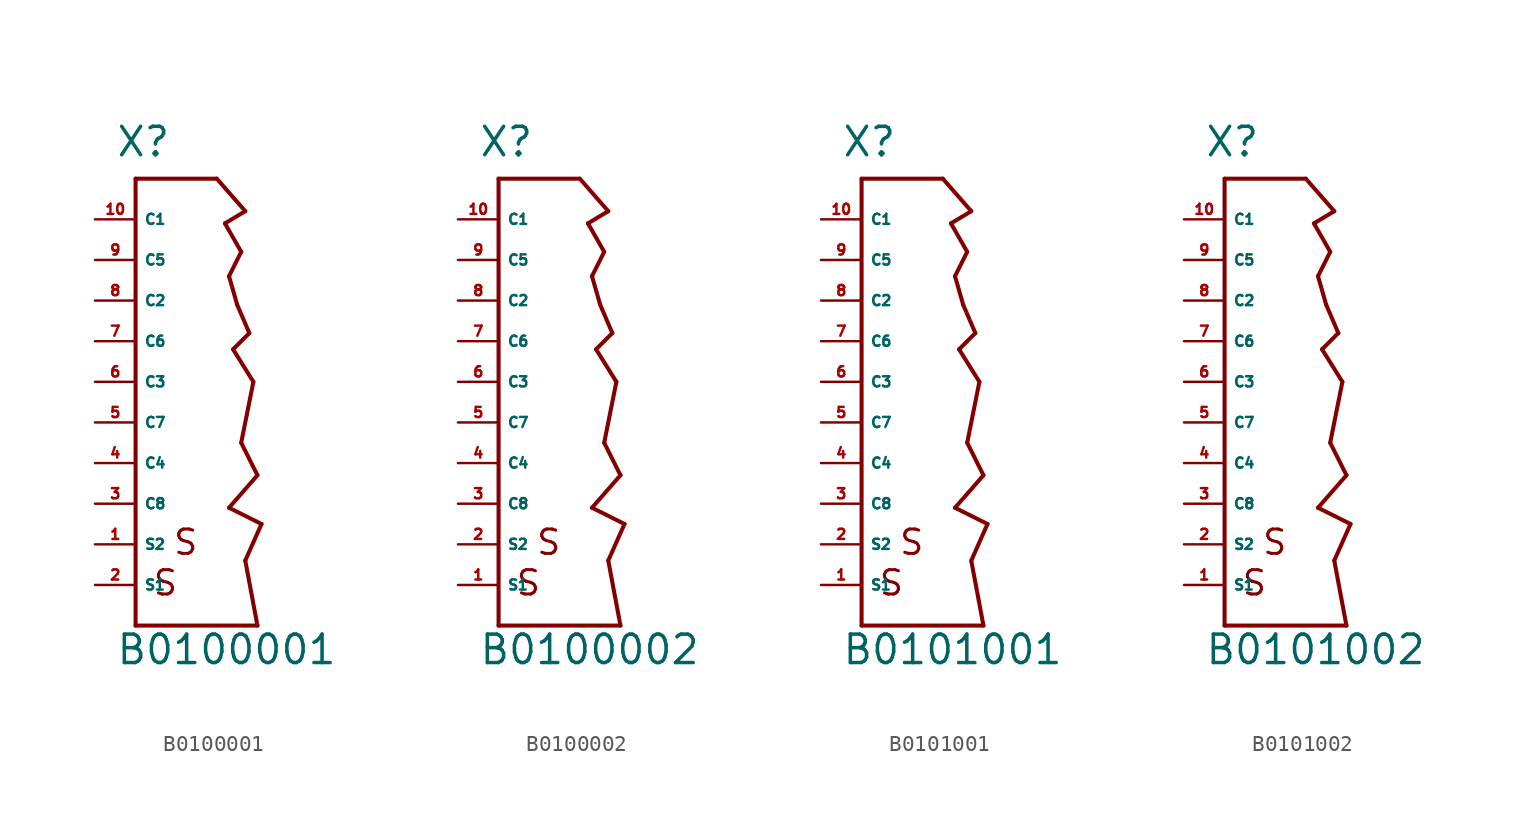
<source format=kicad_sym>
(kicad_symbol_lib
  (version 20220914)
  (generator Eagle2Kicad)
  (symbol "B0100001"
    (property "Reference" "X"
      (at -3.81 13.97 0)
      (effects (font (size 1.778 1.778) (thickness 0.22)) (justify left bottom)))
    (property "Value" "B0100001"
      (at -3.81 -17.78 0)
      (effects (font (size 1.778 1.778) (thickness 0.22)) (justify left bottom)))
    (polyline
      (pts (xy -2.54 12.7) (xy -2.54 -15.24))
      (stroke (width 0.254) (type default))
      (fill (type none)))
    (polyline
      (pts (xy -2.54 -15.24) (xy 5.08 -15.24))
      (stroke (width 0.254) (type default))
      (fill (type none)))
    (polyline
      (pts (xy -2.54 12.7) (xy 2.54 12.7))
      (stroke (width 0.254) (type default))
      (fill (type none)))
    (polyline
      (pts (xy 2.54 12.7) (xy 4.318 10.668))
      (stroke (width 0.254) (type default))
      (fill (type none)))
    (polyline
      (pts (xy 4.318 10.668) (xy 3.048 9.906))
      (stroke (width 0.254) (type default))
      (fill (type none)))
    (polyline
      (pts (xy 3.048 9.906) (xy 4.064 8.128))
      (stroke (width 0.254) (type default))
      (fill (type none)))
    (polyline
      (pts (xy 4.064 8.128) (xy 3.302 6.604))
      (stroke (width 0.254) (type default))
      (fill (type none)))
    (polyline
      (pts (xy 3.302 6.604) (xy 3.81 4.826))
      (stroke (width 0.254) (type default))
      (fill (type none)))
    (polyline
      (pts (xy 3.81 4.826) (xy 4.572 3.048))
      (stroke (width 0.254) (type default))
      (fill (type none)))
    (polyline
      (pts (xy 4.572 3.048) (xy 3.556 2.032))
      (stroke (width 0.254) (type default))
      (fill (type none)))
    (polyline
      (pts (xy 3.556 2.032) (xy 4.826 0))
      (stroke (width 0.254) (type default))
      (fill (type none)))
    (polyline
      (pts (xy 4.826 0) (xy 4.064 -3.81))
      (stroke (width 0.254) (type default))
      (fill (type none)))
    (polyline
      (pts (xy 4.064 -3.81) (xy 5.08 -5.842))
      (stroke (width 0.254) (type default))
      (fill (type none)))
    (polyline
      (pts (xy 5.08 -5.842) (xy 3.302 -7.874))
      (stroke (width 0.254) (type default))
      (fill (type none)))
    (polyline
      (pts (xy 3.302 -7.874) (xy 5.334 -8.89))
      (stroke (width 0.254) (type default))
      (fill (type none)))
    (polyline
      (pts (xy 5.334 -8.89) (xy 4.318 -11.176))
      (stroke (width 0.254) (type default))
      (fill (type none)))
    (polyline
      (pts (xy 4.318 -11.176) (xy 5.08 -15.24))
      (stroke (width 0.254) (type default))
      (fill (type none)))
    (text "S"
      (at -0.254 -10.922 0)
      (effects (font (size 1.524 1.524) (thickness 0.19)) (justify left bottom)))
    (text "S "
      (at -1.524 -13.462 0)
      (effects (font (size 1.524 1.524) (thickness 0.19)) (justify left bottom)))
    (pin passive line
      (at -5.08 -12.7 0)
      (length 2.54)
      (name "S1" (effects (font (size 0.635 0.635) (thickness 0.08)) (justify left bottom)))
      (number "2" (effects (font (size 0.635 0.635) (thickness 0.08)) (justify left bottom))))
    (pin passive line
      (at -5.08 -10.16 0)
      (length 2.54)
      (name "S2" (effects (font (size 0.635 0.635) (thickness 0.08)) (justify left bottom)))
      (number "1" (effects (font (size 0.635 0.635) (thickness 0.08)) (justify left bottom))))
    (pin passive line
      (at -5.08 -7.62 0)
      (length 2.54)
      (name "C8" (effects (font (size 0.635 0.635) (thickness 0.08)) (justify left bottom)))
      (number "3" (effects (font (size 0.635 0.635) (thickness 0.08)) (justify left bottom))))
    (pin passive line
      (at -5.08 -5.08 0)
      (length 2.54)
      (name "C4" (effects (font (size 0.635 0.635) (thickness 0.08)) (justify left bottom)))
      (number "4" (effects (font (size 0.635 0.635) (thickness 0.08)) (justify left bottom))))
    (pin passive line
      (at -5.08 -2.54 0)
      (length 2.54)
      (name "C7" (effects (font (size 0.635 0.635) (thickness 0.08)) (justify left bottom)))
      (number "5" (effects (font (size 0.635 0.635) (thickness 0.08)) (justify left bottom))))
    (pin passive line
      (at -5.08 0 0)
      (length 2.54)
      (name "C3" (effects (font (size 0.635 0.635) (thickness 0.08)) (justify left bottom)))
      (number "6" (effects (font (size 0.635 0.635) (thickness 0.08)) (justify left bottom))))
    (pin passive line
      (at -5.08 2.54 0)
      (length 2.54)
      (name "C6" (effects (font (size 0.635 0.635) (thickness 0.08)) (justify left bottom)))
      (number "7" (effects (font (size 0.635 0.635) (thickness 0.08)) (justify left bottom))))
    (pin passive line
      (at -5.08 5.08 0)
      (length 2.54)
      (name "C2" (effects (font (size 0.635 0.635) (thickness 0.08)) (justify left bottom)))
      (number "8" (effects (font (size 0.635 0.635) (thickness 0.08)) (justify left bottom))))
    (pin passive line
      (at -5.08 7.62 0)
      (length 2.54)
      (name "C5" (effects (font (size 0.635 0.635) (thickness 0.08)) (justify left bottom)))
      (number "9" (effects (font (size 0.635 0.635) (thickness 0.08)) (justify left bottom))))
    (pin passive line
      (at -5.08 10.16 0)
      (length 2.54)
      (name "C1" (effects (font (size 0.635 0.635) (thickness 0.08)) (justify left bottom)))
      (number "10" (effects (font (size 0.635 0.635) (thickness 0.08)) (justify left bottom)))))
  (symbol "B0100002"
    (property "Reference" "X"
      (at -3.81 13.97 0)
      (effects (font (size 1.778 1.778) (thickness 0.22)) (justify left bottom)))
    (property "Value" "B0100002"
      (at -3.81 -17.78 0)
      (effects (font (size 1.778 1.778) (thickness 0.22)) (justify left bottom)))
    (polyline
      (pts (xy -2.54 12.7) (xy -2.54 -15.24))
      (stroke (width 0.254) (type default))
      (fill (type none)))
    (polyline
      (pts (xy -2.54 -15.24) (xy 5.08 -15.24))
      (stroke (width 0.254) (type default))
      (fill (type none)))
    (polyline
      (pts (xy -2.54 12.7) (xy 2.54 12.7))
      (stroke (width 0.254) (type default))
      (fill (type none)))
    (polyline
      (pts (xy 2.54 12.7) (xy 4.318 10.668))
      (stroke (width 0.254) (type default))
      (fill (type none)))
    (polyline
      (pts (xy 4.318 10.668) (xy 3.048 9.906))
      (stroke (width 0.254) (type default))
      (fill (type none)))
    (polyline
      (pts (xy 3.048 9.906) (xy 4.064 8.128))
      (stroke (width 0.254) (type default))
      (fill (type none)))
    (polyline
      (pts (xy 4.064 8.128) (xy 3.302 6.604))
      (stroke (width 0.254) (type default))
      (fill (type none)))
    (polyline
      (pts (xy 3.302 6.604) (xy 3.81 4.826))
      (stroke (width 0.254) (type default))
      (fill (type none)))
    (polyline
      (pts (xy 3.81 4.826) (xy 4.572 3.048))
      (stroke (width 0.254) (type default))
      (fill (type none)))
    (polyline
      (pts (xy 4.572 3.048) (xy 3.556 2.032))
      (stroke (width 0.254) (type default))
      (fill (type none)))
    (polyline
      (pts (xy 3.556 2.032) (xy 4.826 0))
      (stroke (width 0.254) (type default))
      (fill (type none)))
    (polyline
      (pts (xy 4.826 0) (xy 4.064 -3.81))
      (stroke (width 0.254) (type default))
      (fill (type none)))
    (polyline
      (pts (xy 4.064 -3.81) (xy 5.08 -5.842))
      (stroke (width 0.254) (type default))
      (fill (type none)))
    (polyline
      (pts (xy 5.08 -5.842) (xy 3.302 -7.874))
      (stroke (width 0.254) (type default))
      (fill (type none)))
    (polyline
      (pts (xy 3.302 -7.874) (xy 5.334 -8.89))
      (stroke (width 0.254) (type default))
      (fill (type none)))
    (polyline
      (pts (xy 5.334 -8.89) (xy 4.318 -11.176))
      (stroke (width 0.254) (type default))
      (fill (type none)))
    (polyline
      (pts (xy 4.318 -11.176) (xy 5.08 -15.24))
      (stroke (width 0.254) (type default))
      (fill (type none)))
    (text "S"
      (at -0.254 -10.922 0)
      (effects (font (size 1.524 1.524) (thickness 0.19)) (justify left bottom)))
    (text "S "
      (at -1.524 -13.462 0)
      (effects (font (size 1.524 1.524) (thickness 0.19)) (justify left bottom)))
    (pin passive line
      (at -5.08 -12.7 0)
      (length 2.54)
      (name "S1" (effects (font (size 0.635 0.635) (thickness 0.08)) (justify left bottom)))
      (number "1" (effects (font (size 0.635 0.635) (thickness 0.08)) (justify left bottom))))
    (pin passive line
      (at -5.08 -10.16 0)
      (length 2.54)
      (name "S2" (effects (font (size 0.635 0.635) (thickness 0.08)) (justify left bottom)))
      (number "2" (effects (font (size 0.635 0.635) (thickness 0.08)) (justify left bottom))))
    (pin passive line
      (at -5.08 -7.62 0)
      (length 2.54)
      (name "C8" (effects (font (size 0.635 0.635) (thickness 0.08)) (justify left bottom)))
      (number "3" (effects (font (size 0.635 0.635) (thickness 0.08)) (justify left bottom))))
    (pin passive line
      (at -5.08 -5.08 0)
      (length 2.54)
      (name "C4" (effects (font (size 0.635 0.635) (thickness 0.08)) (justify left bottom)))
      (number "4" (effects (font (size 0.635 0.635) (thickness 0.08)) (justify left bottom))))
    (pin passive line
      (at -5.08 -2.54 0)
      (length 2.54)
      (name "C7" (effects (font (size 0.635 0.635) (thickness 0.08)) (justify left bottom)))
      (number "5" (effects (font (size 0.635 0.635) (thickness 0.08)) (justify left bottom))))
    (pin passive line
      (at -5.08 0 0)
      (length 2.54)
      (name "C3" (effects (font (size 0.635 0.635) (thickness 0.08)) (justify left bottom)))
      (number "6" (effects (font (size 0.635 0.635) (thickness 0.08)) (justify left bottom))))
    (pin passive line
      (at -5.08 2.54 0)
      (length 2.54)
      (name "C6" (effects (font (size 0.635 0.635) (thickness 0.08)) (justify left bottom)))
      (number "7" (effects (font (size 0.635 0.635) (thickness 0.08)) (justify left bottom))))
    (pin passive line
      (at -5.08 5.08 0)
      (length 2.54)
      (name "C2" (effects (font (size 0.635 0.635) (thickness 0.08)) (justify left bottom)))
      (number "8" (effects (font (size 0.635 0.635) (thickness 0.08)) (justify left bottom))))
    (pin passive line
      (at -5.08 7.62 0)
      (length 2.54)
      (name "C5" (effects (font (size 0.635 0.635) (thickness 0.08)) (justify left bottom)))
      (number "9" (effects (font (size 0.635 0.635) (thickness 0.08)) (justify left bottom))))
    (pin passive line
      (at -5.08 10.16 0)
      (length 2.54)
      (name "C1" (effects (font (size 0.635 0.635) (thickness 0.08)) (justify left bottom)))
      (number "10" (effects (font (size 0.635 0.635) (thickness 0.08)) (justify left bottom)))))
  (symbol "B0101001"
    (property "Reference" "X"
      (at -3.81 13.97 0)
      (effects (font (size 1.778 1.778) (thickness 0.22)) (justify left bottom)))
    (property "Value" "B0101001"
      (at -3.81 -17.78 0)
      (effects (font (size 1.778 1.778) (thickness 0.22)) (justify left bottom)))
    (polyline
      (pts (xy -2.54 12.7) (xy -2.54 -15.24))
      (stroke (width 0.254) (type default))
      (fill (type none)))
    (polyline
      (pts (xy -2.54 -15.24) (xy 5.08 -15.24))
      (stroke (width 0.254) (type default))
      (fill (type none)))
    (polyline
      (pts (xy -2.54 12.7) (xy 2.54 12.7))
      (stroke (width 0.254) (type default))
      (fill (type none)))
    (polyline
      (pts (xy 2.54 12.7) (xy 4.318 10.668))
      (stroke (width 0.254) (type default))
      (fill (type none)))
    (polyline
      (pts (xy 4.318 10.668) (xy 3.048 9.906))
      (stroke (width 0.254) (type default))
      (fill (type none)))
    (polyline
      (pts (xy 3.048 9.906) (xy 4.064 8.128))
      (stroke (width 0.254) (type default))
      (fill (type none)))
    (polyline
      (pts (xy 4.064 8.128) (xy 3.302 6.604))
      (stroke (width 0.254) (type default))
      (fill (type none)))
    (polyline
      (pts (xy 3.302 6.604) (xy 3.81 4.826))
      (stroke (width 0.254) (type default))
      (fill (type none)))
    (polyline
      (pts (xy 3.81 4.826) (xy 4.572 3.048))
      (stroke (width 0.254) (type default))
      (fill (type none)))
    (polyline
      (pts (xy 4.572 3.048) (xy 3.556 2.032))
      (stroke (width 0.254) (type default))
      (fill (type none)))
    (polyline
      (pts (xy 3.556 2.032) (xy 4.826 0))
      (stroke (width 0.254) (type default))
      (fill (type none)))
    (polyline
      (pts (xy 4.826 0) (xy 4.064 -3.81))
      (stroke (width 0.254) (type default))
      (fill (type none)))
    (polyline
      (pts (xy 4.064 -3.81) (xy 5.08 -5.842))
      (stroke (width 0.254) (type default))
      (fill (type none)))
    (polyline
      (pts (xy 5.08 -5.842) (xy 3.302 -7.874))
      (stroke (width 0.254) (type default))
      (fill (type none)))
    (polyline
      (pts (xy 3.302 -7.874) (xy 5.334 -8.89))
      (stroke (width 0.254) (type default))
      (fill (type none)))
    (polyline
      (pts (xy 5.334 -8.89) (xy 4.318 -11.176))
      (stroke (width 0.254) (type default))
      (fill (type none)))
    (polyline
      (pts (xy 4.318 -11.176) (xy 5.08 -15.24))
      (stroke (width 0.254) (type default))
      (fill (type none)))
    (text "S"
      (at -0.254 -10.922 0)
      (effects (font (size 1.524 1.524) (thickness 0.19)) (justify left bottom)))
    (text "S "
      (at -1.524 -13.462 0)
      (effects (font (size 1.524 1.524) (thickness 0.19)) (justify left bottom)))
    (pin passive line
      (at -5.08 -12.7 0)
      (length 2.54)
      (name "S1" (effects (font (size 0.635 0.635) (thickness 0.08)) (justify left bottom)))
      (number "1" (effects (font (size 0.635 0.635) (thickness 0.08)) (justify left bottom))))
    (pin passive line
      (at -5.08 -10.16 0)
      (length 2.54)
      (name "S2" (effects (font (size 0.635 0.635) (thickness 0.08)) (justify left bottom)))
      (number "2" (effects (font (size 0.635 0.635) (thickness 0.08)) (justify left bottom))))
    (pin passive line
      (at -5.08 -7.62 0)
      (length 2.54)
      (name "C8" (effects (font (size 0.635 0.635) (thickness 0.08)) (justify left bottom)))
      (number "3" (effects (font (size 0.635 0.635) (thickness 0.08)) (justify left bottom))))
    (pin passive line
      (at -5.08 -5.08 0)
      (length 2.54)
      (name "C4" (effects (font (size 0.635 0.635) (thickness 0.08)) (justify left bottom)))
      (number "4" (effects (font (size 0.635 0.635) (thickness 0.08)) (justify left bottom))))
    (pin passive line
      (at -5.08 -2.54 0)
      (length 2.54)
      (name "C7" (effects (font (size 0.635 0.635) (thickness 0.08)) (justify left bottom)))
      (number "5" (effects (font (size 0.635 0.635) (thickness 0.08)) (justify left bottom))))
    (pin passive line
      (at -5.08 0 0)
      (length 2.54)
      (name "C3" (effects (font (size 0.635 0.635) (thickness 0.08)) (justify left bottom)))
      (number "6" (effects (font (size 0.635 0.635) (thickness 0.08)) (justify left bottom))))
    (pin passive line
      (at -5.08 2.54 0)
      (length 2.54)
      (name "C6" (effects (font (size 0.635 0.635) (thickness 0.08)) (justify left bottom)))
      (number "7" (effects (font (size 0.635 0.635) (thickness 0.08)) (justify left bottom))))
    (pin passive line
      (at -5.08 5.08 0)
      (length 2.54)
      (name "C2" (effects (font (size 0.635 0.635) (thickness 0.08)) (justify left bottom)))
      (number "8" (effects (font (size 0.635 0.635) (thickness 0.08)) (justify left bottom))))
    (pin passive line
      (at -5.08 7.62 0)
      (length 2.54)
      (name "C5" (effects (font (size 0.635 0.635) (thickness 0.08)) (justify left bottom)))
      (number "9" (effects (font (size 0.635 0.635) (thickness 0.08)) (justify left bottom))))
    (pin passive line
      (at -5.08 10.16 0)
      (length 2.54)
      (name "C1" (effects (font (size 0.635 0.635) (thickness 0.08)) (justify left bottom)))
      (number "10" (effects (font (size 0.635 0.635) (thickness 0.08)) (justify left bottom)))))
  (symbol "B0101002"
    (property "Reference" "X"
      (at -3.81 13.97 0)
      (effects (font (size 1.778 1.778) (thickness 0.22)) (justify left bottom)))
    (property "Value" "B0101002"
      (at -3.81 -17.78 0)
      (effects (font (size 1.778 1.778) (thickness 0.22)) (justify left bottom)))
    (polyline
      (pts (xy -2.54 12.7) (xy -2.54 -15.24))
      (stroke (width 0.254) (type default))
      (fill (type none)))
    (polyline
      (pts (xy -2.54 -15.24) (xy 5.08 -15.24))
      (stroke (width 0.254) (type default))
      (fill (type none)))
    (polyline
      (pts (xy -2.54 12.7) (xy 2.54 12.7))
      (stroke (width 0.254) (type default))
      (fill (type none)))
    (polyline
      (pts (xy 2.54 12.7) (xy 4.318 10.668))
      (stroke (width 0.254) (type default))
      (fill (type none)))
    (polyline
      (pts (xy 4.318 10.668) (xy 3.048 9.906))
      (stroke (width 0.254) (type default))
      (fill (type none)))
    (polyline
      (pts (xy 3.048 9.906) (xy 4.064 8.128))
      (stroke (width 0.254) (type default))
      (fill (type none)))
    (polyline
      (pts (xy 4.064 8.128) (xy 3.302 6.604))
      (stroke (width 0.254) (type default))
      (fill (type none)))
    (polyline
      (pts (xy 3.302 6.604) (xy 3.81 4.826))
      (stroke (width 0.254) (type default))
      (fill (type none)))
    (polyline
      (pts (xy 3.81 4.826) (xy 4.572 3.048))
      (stroke (width 0.254) (type default))
      (fill (type none)))
    (polyline
      (pts (xy 4.572 3.048) (xy 3.556 2.032))
      (stroke (width 0.254) (type default))
      (fill (type none)))
    (polyline
      (pts (xy 3.556 2.032) (xy 4.826 0))
      (stroke (width 0.254) (type default))
      (fill (type none)))
    (polyline
      (pts (xy 4.826 0) (xy 4.064 -3.81))
      (stroke (width 0.254) (type default))
      (fill (type none)))
    (polyline
      (pts (xy 4.064 -3.81) (xy 5.08 -5.842))
      (stroke (width 0.254) (type default))
      (fill (type none)))
    (polyline
      (pts (xy 5.08 -5.842) (xy 3.302 -7.874))
      (stroke (width 0.254) (type default))
      (fill (type none)))
    (polyline
      (pts (xy 3.302 -7.874) (xy 5.334 -8.89))
      (stroke (width 0.254) (type default))
      (fill (type none)))
    (polyline
      (pts (xy 5.334 -8.89) (xy 4.318 -11.176))
      (stroke (width 0.254) (type default))
      (fill (type none)))
    (polyline
      (pts (xy 4.318 -11.176) (xy 5.08 -15.24))
      (stroke (width 0.254) (type default))
      (fill (type none)))
    (text "S"
      (at -0.254 -10.922 0)
      (effects (font (size 1.524 1.524) (thickness 0.19)) (justify left bottom)))
    (text "S "
      (at -1.524 -13.462 0)
      (effects (font (size 1.524 1.524) (thickness 0.19)) (justify left bottom)))
    (pin passive line
      (at -5.08 -12.7 0)
      (length 2.54)
      (name "S1" (effects (font (size 0.635 0.635) (thickness 0.08)) (justify left bottom)))
      (number "1" (effects (font (size 0.635 0.635) (thickness 0.08)) (justify left bottom))))
    (pin passive line
      (at -5.08 -10.16 0)
      (length 2.54)
      (name "S2" (effects (font (size 0.635 0.635) (thickness 0.08)) (justify left bottom)))
      (number "2" (effects (font (size 0.635 0.635) (thickness 0.08)) (justify left bottom))))
    (pin passive line
      (at -5.08 -7.62 0)
      (length 2.54)
      (name "C8" (effects (font (size 0.635 0.635) (thickness 0.08)) (justify left bottom)))
      (number "3" (effects (font (size 0.635 0.635) (thickness 0.08)) (justify left bottom))))
    (pin passive line
      (at -5.08 -5.08 0)
      (length 2.54)
      (name "C4" (effects (font (size 0.635 0.635) (thickness 0.08)) (justify left bottom)))
      (number "4" (effects (font (size 0.635 0.635) (thickness 0.08)) (justify left bottom))))
    (pin passive line
      (at -5.08 -2.54 0)
      (length 2.54)
      (name "C7" (effects (font (size 0.635 0.635) (thickness 0.08)) (justify left bottom)))
      (number "5" (effects (font (size 0.635 0.635) (thickness 0.08)) (justify left bottom))))
    (pin passive line
      (at -5.08 0 0)
      (length 2.54)
      (name "C3" (effects (font (size 0.635 0.635) (thickness 0.08)) (justify left bottom)))
      (number "6" (effects (font (size 0.635 0.635) (thickness 0.08)) (justify left bottom))))
    (pin passive line
      (at -5.08 2.54 0)
      (length 2.54)
      (name "C6" (effects (font (size 0.635 0.635) (thickness 0.08)) (justify left bottom)))
      (number "7" (effects (font (size 0.635 0.635) (thickness 0.08)) (justify left bottom))))
    (pin passive line
      (at -5.08 5.08 0)
      (length 2.54)
      (name "C2" (effects (font (size 0.635 0.635) (thickness 0.08)) (justify left bottom)))
      (number "8" (effects (font (size 0.635 0.635) (thickness 0.08)) (justify left bottom))))
    (pin passive line
      (at -5.08 7.62 0)
      (length 2.54)
      (name "C5" (effects (font (size 0.635 0.635) (thickness 0.08)) (justify left bottom)))
      (number "9" (effects (font (size 0.635 0.635) (thickness 0.08)) (justify left bottom))))
    (pin passive line
      (at -5.08 10.16 0)
      (length 2.54)
      (name "C1" (effects (font (size 0.635 0.635) (thickness 0.08)) (justify left bottom)))
      (number "10" (effects (font (size 0.635 0.635) (thickness 0.08)) (justify left bottom))))))
</source>
